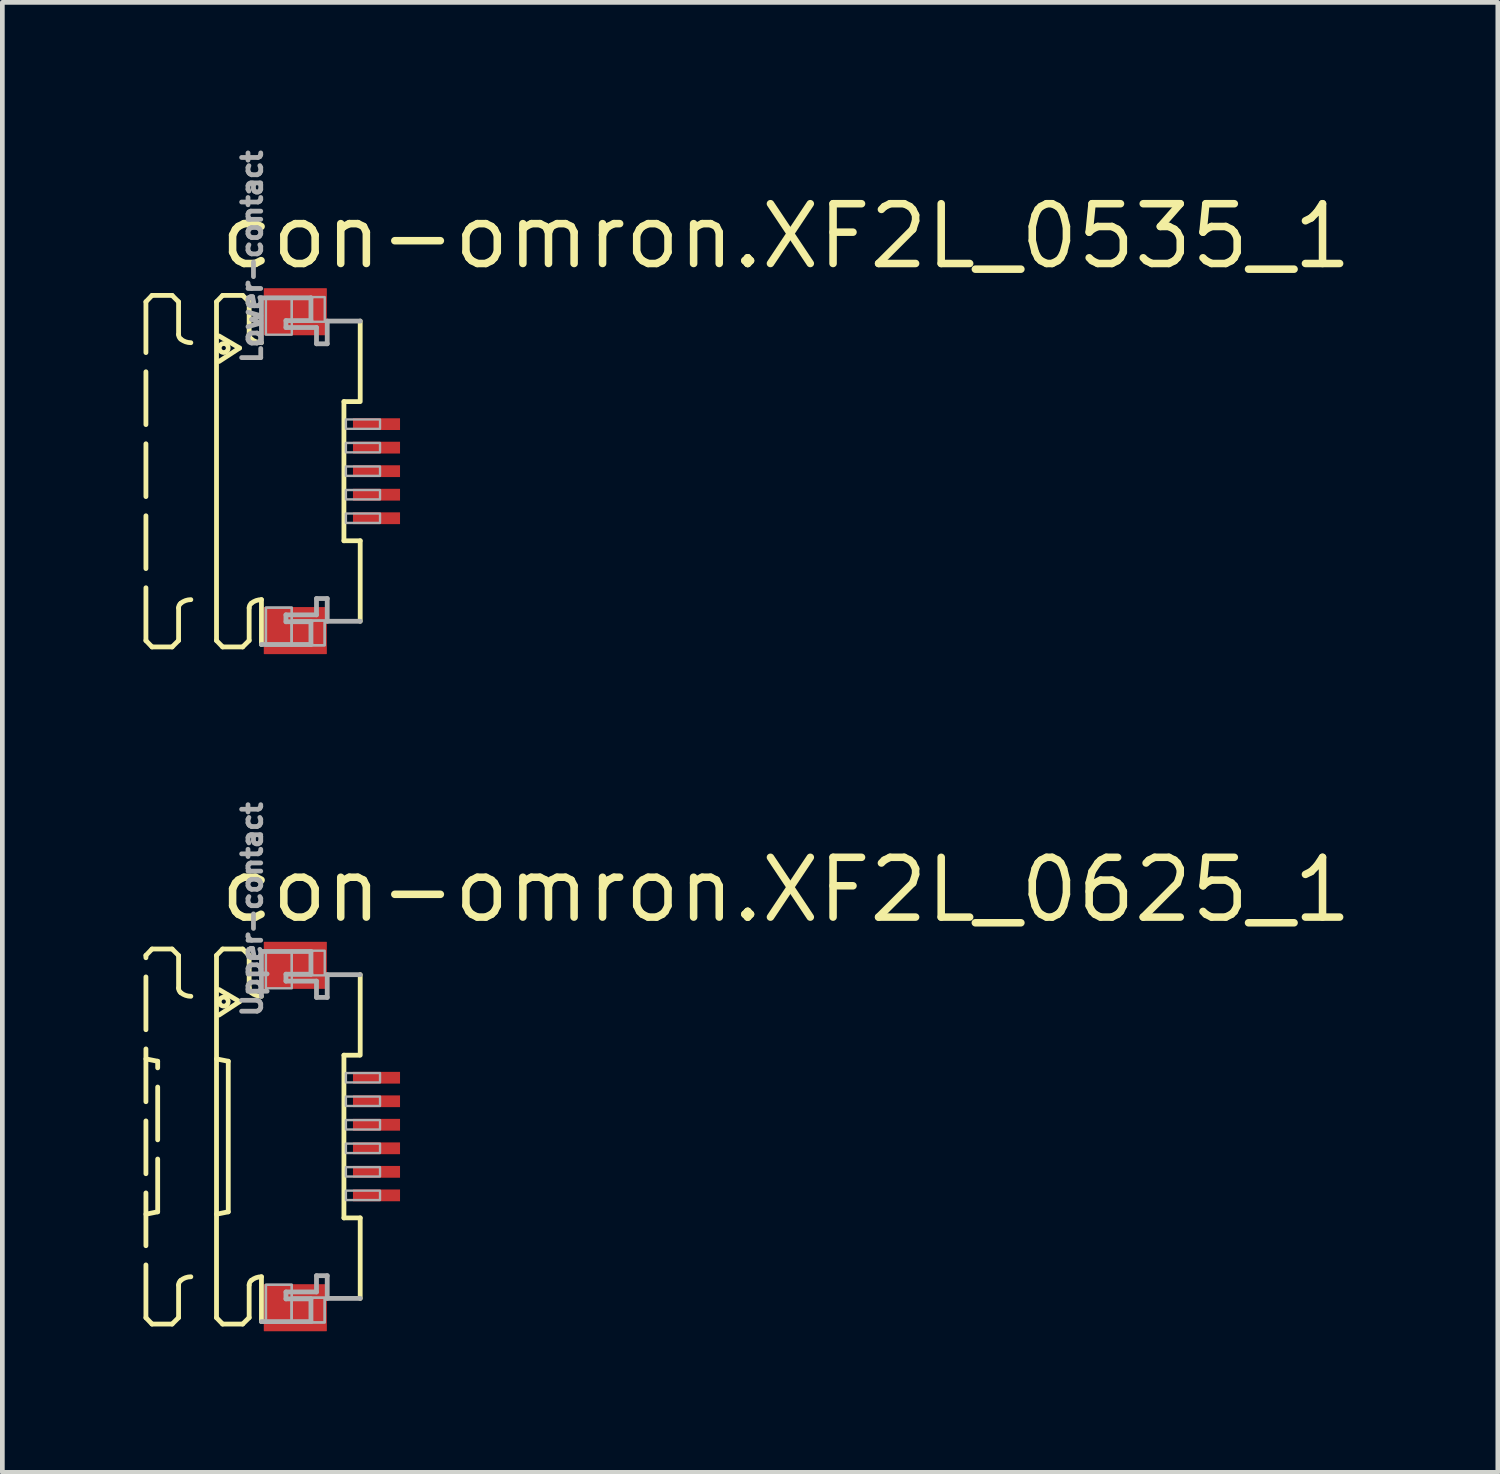
<source format=kicad_pcb>
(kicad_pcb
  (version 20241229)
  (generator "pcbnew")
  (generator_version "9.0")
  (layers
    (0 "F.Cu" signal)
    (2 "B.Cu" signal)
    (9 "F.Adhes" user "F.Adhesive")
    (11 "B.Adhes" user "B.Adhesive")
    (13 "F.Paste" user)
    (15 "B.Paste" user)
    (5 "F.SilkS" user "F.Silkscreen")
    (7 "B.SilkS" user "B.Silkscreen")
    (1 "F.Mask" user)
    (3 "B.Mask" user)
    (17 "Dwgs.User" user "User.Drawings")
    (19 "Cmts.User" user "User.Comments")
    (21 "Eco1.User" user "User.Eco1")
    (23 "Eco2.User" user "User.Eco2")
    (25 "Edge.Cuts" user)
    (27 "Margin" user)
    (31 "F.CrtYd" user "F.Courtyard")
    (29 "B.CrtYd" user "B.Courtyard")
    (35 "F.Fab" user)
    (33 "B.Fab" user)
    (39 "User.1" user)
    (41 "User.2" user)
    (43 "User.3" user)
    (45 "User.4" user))
  (footprint "con-omron.XF2L_0625_1"
    (layer "F.Cu")
    (at 3.046 21.103)
    (property "Reference" "con-omron.XF2L_0625_1" (at -1.5 -4.5 0) (layer "F.SilkS") (effects (font (size 1.27 1.27) (thickness 0.16)) (justify left bottom)))
    (attr smd)
    (fp_rect (start 1.355 -1.075) (end 2.455 -1.425) (stroke (width 0.05) (type default)) (fill yes) (layer "F.Mask"))
    (fp_rect (start 1.355 -0.575) (end 2.455 -0.925) (stroke (width 0.05) (type default)) (fill yes) (layer "F.Mask"))
    (fp_rect (start 1.355 -0.075) (end 2.455 -0.425) (stroke (width 0.05) (type default)) (fill yes) (layer "F.Mask"))
    (fp_rect (start 1.355 0.425) (end 2.455 0.075) (stroke (width 0.05) (type default)) (fill yes) (layer "F.Mask"))
    (fp_rect (start 1.355 0.925) (end 2.455 0.575) (stroke (width 0.05) (type default)) (fill yes) (layer "F.Mask"))
    (fp_rect (start 1.355 1.425) (end 2.455 1.075) (stroke (width 0.05) (type default)) (fill yes) (layer "F.Mask"))
    (fp_line (start -2.995 -3.85) (end -2.865 -3.985) (stroke (width 0.102) (type default)) (layer "F.SilkS"))
    (fp_line (start -2.995 -1.65) (end -2.745 -1.6) (stroke (width 0.102) (type default)) (layer "F.SilkS"))
    (fp_line (start -2.995 3.85) (end -2.995 -3.85) (stroke (width 0.102) (type dash)) (layer "F.SilkS"))
    (fp_line (start -2.995 3.85) (end -2.865 3.985) (stroke (width 0.102) (type default)) (layer "F.SilkS"))
    (fp_line (start -2.865 -3.985) (end -2.438 -3.985) (stroke (width 0.102) (type dash)) (layer "F.SilkS"))
    (fp_line (start -2.865 3.985) (end -2.438 3.985) (stroke (width 0.102) (type dash)) (layer "F.SilkS"))
    (fp_line (start -2.745 1.6) (end -2.995 1.65) (stroke (width 0.102) (type default)) (layer "F.SilkS"))
    (fp_line (start -2.745 1.6) (end -2.745 -1.6) (stroke (width 0.102) (type dash)) (layer "F.SilkS"))
    (fp_line (start -2.438 -3.985) (end -2.301 -3.848) (stroke (width 0.102) (type default)) (layer "F.SilkS"))
    (fp_line (start -2.438 3.985) (end -2.301 3.848) (stroke (width 0.102) (type default)) (layer "F.SilkS"))
    (fp_line (start -2.301 -3.848) (end -2.301 -3.156) (stroke (width 0.102) (type dash)) (layer "F.SilkS"))
    (fp_line (start -2.301 3.848) (end -2.301 3.156) (stroke (width 0.102) (type dash)) (layer "F.SilkS"))
    (fp_line (start -1.495 -3.85) (end -1.365 -3.985) (stroke (width 0.102) (type default)) (layer "F.SilkS"))
    (fp_line (start -1.495 -1.65) (end -1.245 -1.6) (stroke (width 0.102) (type default)) (layer "F.SilkS"))
    (fp_line (start -1.495 3.85) (end -1.495 -3.85) (stroke (width 0.102) (type default)) (layer "F.SilkS"))
    (fp_line (start -1.495 3.85) (end -1.365 3.985) (stroke (width 0.102) (type default)) (layer "F.SilkS"))
    (fp_line (start -1.441 -3.123) (end -1.005 -2.867) (stroke (width 0.102) (type default)) (layer "F.SilkS"))
    (fp_line (start -1.365 -3.985) (end -0.939 -3.985) (stroke (width 0.102) (type default)) (layer "F.SilkS"))
    (fp_line (start -1.365 3.985) (end -0.939 3.985) (stroke (width 0.102) (type default)) (layer "F.SilkS"))
    (fp_line (start -1.245 1.6) (end -1.495 1.65) (stroke (width 0.102) (type default)) (layer "F.SilkS"))
    (fp_line (start -1.245 1.6) (end -1.245 -1.6) (stroke (width 0.102) (type default)) (layer "F.SilkS"))
    (fp_line (start -1.005 -2.867) (end -1.441 -2.582) (stroke (width 0.102) (type default)) (layer "F.SilkS"))
    (fp_line (start -0.939 -3.985) (end -0.801 -3.848) (stroke (width 0.102) (type default)) (layer "F.SilkS"))
    (fp_line (start -0.939 3.985) (end -0.801 3.848) (stroke (width 0.102) (type default)) (layer "F.SilkS"))
    (fp_line (start -0.801 -3.848) (end -0.801 -3.156) (stroke (width 0.102) (type default)) (layer "F.SilkS"))
    (fp_line (start -0.801 3.848) (end -0.801 3.156) (stroke (width 0.102) (type default)) (layer "F.SilkS"))
    (fp_line (start -0.54 2.98) (end -0.54 3.933) (stroke (width 0.102) (type default)) (layer "F.SilkS"))
    (fp_line (start 1.213 1.729) (end 1.213 -1.729) (stroke (width 0.102) (type default)) (layer "F.SilkS"))
    (fp_line (start 1.538 -1.729) (end 1.213 -1.729) (stroke (width 0.102) (type default)) (layer "F.SilkS"))
    (fp_line (start 1.559 -3.44) (end 1.559 -1.729) (stroke (width 0.102) (type default)) (layer "F.SilkS"))
    (fp_line (start 1.559 1.729) (end 1.213 1.729) (stroke (width 0.102) (type default)) (layer "F.SilkS"))
    (fp_line (start 1.559 3.44) (end 1.559 1.729) (stroke (width 0.102) (type default)) (layer "F.SilkS"))
    (fp_arc (start -2.301 3.1557) (mid -2.288538 3.100596) (end -2.2536 3.0562) (stroke (width 0.1016) (type default)) (layer "F.SilkS"))
    (fp_arc (start -2.2536 -3.0562) (mid -2.288538 -3.100596) (end -2.301 -3.1557) (stroke (width 0.1016) (type default)) (layer "F.SilkS"))
    (fp_arc (start -2.2536 3.0562) (mid -2.153476 2.999936) (end -2.0403 2.9804) (stroke (width 0.1016) (type default)) (layer "F.SilkS"))
    (fp_arc (start -2.0403 -2.9804) (mid -2.153476 -2.999936) (end -2.2536 -3.0562) (stroke (width 0.1016) (type default)) (layer "F.SilkS"))
    (fp_arc (start -0.801 3.1557) (mid -0.788538 3.100596) (end -0.7536 3.0562) (stroke (width 0.1016) (type default)) (layer "F.SilkS"))
    (fp_arc (start -0.7536 -3.0562) (mid -0.788538 -3.100596) (end -0.801 -3.1557) (stroke (width 0.1016) (type default)) (layer "F.SilkS"))
    (fp_arc (start -0.7536 3.0562) (mid -0.653476 2.999936) (end -0.5403 2.9804) (stroke (width 0.1016) (type default)) (layer "F.SilkS"))
    (fp_arc (start -0.5403 -2.9804) (mid -0.653476 -2.999936) (end -0.7536 -3.0562) (stroke (width 0.1016) (type default)) (layer "F.SilkS"))
    (fp_circle (center -1.341 -2.867) (end -1.246 -2.867) (stroke (width 0.1) (type default)) (fill no) (layer "F.SilkS"))
    (fp_line (start -0.54 -3.933) (end 0.512 -3.933) (stroke (width 0.102) (type default)) (layer "F.Fab"))
    (fp_line (start -0.54 -2.98) (end -0.54 -3.933) (stroke (width 0.102) (type default)) (layer "F.Fab"))
    (fp_line (start -0.54 3.933) (end 0.512 3.933) (stroke (width 0.102) (type default)) (layer "F.Fab"))
    (fp_line (start -0.019 -3.45) (end -0.019 -3.303) (stroke (width 0.102) (type default)) (layer "F.Fab"))
    (fp_line (start -0.019 -3.303) (end 0.63 -3.303) (stroke (width 0.102) (type default)) (layer "F.Fab"))
    (fp_line (start -0.019 3.303) (end 0.63 3.303) (stroke (width 0.102) (type default)) (layer "F.Fab"))
    (fp_line (start -0.019 3.45) (end -0.019 3.303) (stroke (width 0.102) (type default)) (layer "F.Fab"))
    (fp_line (start 0.512 -3.933) (end 0.512 -3.45) (stroke (width 0.102) (type default)) (layer "F.Fab"))
    (fp_line (start 0.512 -3.45) (end -0.019 -3.45) (stroke (width 0.102) (type default)) (layer "F.Fab"))
    (fp_line (start 0.512 3.45) (end -0.019 3.45) (stroke (width 0.102) (type default)) (layer "F.Fab"))
    (fp_line (start 0.512 3.933) (end 0.512 3.45) (stroke (width 0.102) (type default)) (layer "F.Fab"))
    (fp_line (start 0.63 -3.303) (end 0.63 -2.957) (stroke (width 0.102) (type default)) (layer "F.Fab"))
    (fp_line (start 0.63 -2.957) (end 0.858 -2.957) (stroke (width 0.102) (type default)) (layer "F.Fab"))
    (fp_line (start 0.63 2.957) (end 0.858 2.957) (stroke (width 0.102) (type default)) (layer "F.Fab"))
    (fp_line (start 0.63 3.303) (end 0.63 2.957) (stroke (width 0.102) (type default)) (layer "F.Fab"))
    (fp_line (start 0.858 -3.44) (end 1.559 -3.44) (stroke (width 0.102) (type default)) (layer "F.Fab"))
    (fp_line (start 0.858 -2.957) (end 0.858 -3.44) (stroke (width 0.102) (type default)) (layer "F.Fab"))
    (fp_line (start 0.858 2.957) (end 0.858 3.44) (stroke (width 0.102) (type default)) (layer "F.Fab"))
    (fp_line (start 0.858 3.44) (end 1.559 3.44) (stroke (width 0.102) (type default)) (layer "F.Fab"))
    (fp_rect (start -0.445 -3.15) (end 0.105 -3.95) (stroke (width 0.05) (type default)) (fill no) (layer "F.Fab"))
    (fp_rect (start -0.445 3.95) (end 0.105 3.15) (stroke (width 0.05) (type default)) (fill no) (layer "F.Fab"))
    (fp_rect (start -0.445 3.95) (end 0.105 3.15) (stroke (width 0.05) (type default)) (fill no) (layer "F.Fab"))
    (fp_rect (start 0.105 -3.425) (end 0.805 -3.95) (stroke (width 0.05) (type default)) (fill no) (layer "F.Fab"))
    (fp_rect (start 0.105 3.95) (end 0.805 3.425) (stroke (width 0.05) (type default)) (fill no) (layer "F.Fab"))
    (fp_rect (start 0.105 3.95) (end 0.805 3.425) (stroke (width 0.05) (type default)) (fill no) (layer "F.Fab"))
    (fp_rect (start 1.255 -1.15) (end 1.98 -1.35) (stroke (width 0.05) (type default)) (fill no) (layer "F.Fab"))
    (fp_rect (start 1.255 -0.65) (end 1.98 -0.85) (stroke (width 0.05) (type default)) (fill no) (layer "F.Fab"))
    (fp_rect (start 1.255 -0.15) (end 1.98 -0.35) (stroke (width 0.05) (type default)) (fill no) (layer "F.Fab"))
    (fp_rect (start 1.255 0.35) (end 1.98 0.15) (stroke (width 0.05) (type default)) (fill no) (layer "F.Fab"))
    (fp_rect (start 1.255 0.85) (end 1.98 0.65) (stroke (width 0.05) (type default)) (fill no) (layer "F.Fab"))
    (fp_rect (start 1.255 1.35) (end 1.98 1.15) (stroke (width 0.05) (type default)) (fill no) (layer "F.Fab"))
    (fp_text user "Upper-contact" (at -0.5 -2.5 270) (layer "F.Fab") (effects (font (size 0.406 0.406) (thickness 0.15)) (justify left bottom)))
    (pad "1" smd roundrect (at 1.905 -1.25) (size 1 0.25) (layers "F.Cu" "F.Mask" "F.Paste") (roundrect_rratio 0.01))
    (pad "2" smd roundrect (at 1.905 -0.75) (size 1 0.25) (layers "F.Cu" "F.Mask" "F.Paste") (roundrect_rratio 0.01))
    (pad "3" smd roundrect (at 1.905 -0.25) (size 1 0.25) (layers "F.Cu" "F.Mask" "F.Paste") (roundrect_rratio 0.01))
    (pad "4" smd roundrect (at 1.905 0.25) (size 1 0.25) (layers "F.Cu" "F.Mask" "F.Paste") (roundrect_rratio 0.01))
    (pad "5" smd roundrect (at 1.905 0.75) (size 1 0.25) (layers "F.Cu" "F.Mask" "F.Paste") (roundrect_rratio 0.01))
    (pad "6" smd roundrect (at 1.905 1.25) (size 1 0.25) (layers "F.Cu" "F.Mask" "F.Paste") (roundrect_rratio 0.01))
    (pad "M1" smd roundrect (at 0.18 -3.638) (size 1.34 1) (layers "F.Cu" "F.Mask" "F.Paste") (roundrect_rratio 0.01))
    (pad "M2" smd roundrect (at 0.18 3.638) (size 1.34 1) (layers "F.Cu" "F.Mask" "F.Paste") (roundrect_rratio 0.01)))
  (footprint "con-omron.XF2L_0535_1"
    (layer "F.Cu")
    (at 3.046 6.963)
    (property "Reference" "con-omron.XF2L_0535_1" (at -1.5 -4.25 0) (layer "F.SilkS") (effects (font (size 1.27 1.27) (thickness 0.16)) (justify left bottom)))
    (attr smd)
    (fp_rect (start 1.355 -0.825) (end 2.455 -1.175) (stroke (width 0.05) (type default)) (fill yes) (layer "F.Mask"))
    (fp_rect (start 1.355 -0.325) (end 2.455 -0.675) (stroke (width 0.05) (type default)) (fill yes) (layer "F.Mask"))
    (fp_rect (start 1.355 0.175) (end 2.455 -0.175) (stroke (width 0.05) (type default)) (fill yes) (layer "F.Mask"))
    (fp_rect (start 1.355 0.675) (end 2.455 0.325) (stroke (width 0.05) (type default)) (fill yes) (layer "F.Mask"))
    (fp_rect (start 1.355 1.175) (end 2.455 0.825) (stroke (width 0.05) (type default)) (fill yes) (layer "F.Mask"))
    (fp_line (start -2.995 -3.6) (end -2.865 -3.735) (stroke (width 0.102) (type default)) (layer "F.SilkS"))
    (fp_line (start -2.995 3.6) (end -2.995 -3.6) (stroke (width 0.102) (type dash)) (layer "F.SilkS"))
    (fp_line (start -2.995 3.6) (end -2.865 3.735) (stroke (width 0.102) (type default)) (layer "F.SilkS"))
    (fp_line (start -2.865 -3.735) (end -2.438 -3.735) (stroke (width 0.102) (type dash)) (layer "F.SilkS"))
    (fp_line (start -2.865 3.735) (end -2.438 3.735) (stroke (width 0.102) (type dash)) (layer "F.SilkS"))
    (fp_line (start -2.438 -3.735) (end -2.301 -3.598) (stroke (width 0.102) (type default)) (layer "F.SilkS"))
    (fp_line (start -2.438 3.735) (end -2.301 3.598) (stroke (width 0.102) (type default)) (layer "F.SilkS"))
    (fp_line (start -2.301 -3.598) (end -2.301 -2.906) (stroke (width 0.102) (type dash)) (layer "F.SilkS"))
    (fp_line (start -2.301 3.598) (end -2.301 2.906) (stroke (width 0.102) (type dash)) (layer "F.SilkS"))
    (fp_line (start -1.495 -3.6) (end -1.365 -3.735) (stroke (width 0.102) (type default)) (layer "F.SilkS"))
    (fp_line (start -1.495 3.6) (end -1.495 -3.6) (stroke (width 0.102) (type default)) (layer "F.SilkS"))
    (fp_line (start -1.495 3.6) (end -1.365 3.735) (stroke (width 0.102) (type default)) (layer "F.SilkS"))
    (fp_line (start -1.441 -2.873) (end -1.005 -2.617) (stroke (width 0.102) (type default)) (layer "F.SilkS"))
    (fp_line (start -1.365 -3.735) (end -0.939 -3.735) (stroke (width 0.102) (type default)) (layer "F.SilkS"))
    (fp_line (start -1.365 3.735) (end -0.939 3.735) (stroke (width 0.102) (type default)) (layer "F.SilkS"))
    (fp_line (start -1.005 -2.617) (end -1.441 -2.332) (stroke (width 0.102) (type default)) (layer "F.SilkS"))
    (fp_line (start -0.939 -3.735) (end -0.801 -3.598) (stroke (width 0.102) (type default)) (layer "F.SilkS"))
    (fp_line (start -0.939 3.735) (end -0.801 3.598) (stroke (width 0.102) (type default)) (layer "F.SilkS"))
    (fp_line (start -0.801 -3.598) (end -0.801 -2.906) (stroke (width 0.102) (type default)) (layer "F.SilkS"))
    (fp_line (start -0.801 3.598) (end -0.801 2.906) (stroke (width 0.102) (type default)) (layer "F.SilkS"))
    (fp_line (start -0.54 2.73) (end -0.54 3.683) (stroke (width 0.102) (type default)) (layer "F.SilkS"))
    (fp_line (start 1.213 1.479) (end 1.213 -1.479) (stroke (width 0.102) (type default)) (layer "F.SilkS"))
    (fp_line (start 1.538 -1.479) (end 1.213 -1.479) (stroke (width 0.102) (type default)) (layer "F.SilkS"))
    (fp_line (start 1.559 -3.19) (end 1.559 -1.479) (stroke (width 0.102) (type default)) (layer "F.SilkS"))
    (fp_line (start 1.559 1.479) (end 1.213 1.479) (stroke (width 0.102) (type default)) (layer "F.SilkS"))
    (fp_line (start 1.559 3.19) (end 1.559 1.479) (stroke (width 0.102) (type default)) (layer "F.SilkS"))
    (fp_arc (start -2.301 2.9057) (mid -2.288538 2.850596) (end -2.2536 2.8062) (stroke (width 0.1016) (type default)) (layer "F.SilkS"))
    (fp_arc (start -2.2536 -2.8062) (mid -2.288538 -2.850596) (end -2.301 -2.9057) (stroke (width 0.1016) (type default)) (layer "F.SilkS"))
    (fp_arc (start -2.2536 2.8062) (mid -2.153476 2.749936) (end -2.0403 2.7304) (stroke (width 0.1016) (type default)) (layer "F.SilkS"))
    (fp_arc (start -2.0403 -2.7304) (mid -2.153476 -2.749936) (end -2.2536 -2.8062) (stroke (width 0.1016) (type default)) (layer "F.SilkS"))
    (fp_arc (start -0.801 2.9057) (mid -0.788538 2.850596) (end -0.7536 2.8062) (stroke (width 0.1016) (type default)) (layer "F.SilkS"))
    (fp_arc (start -0.7536 -2.8062) (mid -0.788538 -2.850596) (end -0.801 -2.9057) (stroke (width 0.1016) (type default)) (layer "F.SilkS"))
    (fp_arc (start -0.7536 2.8062) (mid -0.653476 2.749936) (end -0.5403 2.7304) (stroke (width 0.1016) (type default)) (layer "F.SilkS"))
    (fp_arc (start -0.5403 -2.7304) (mid -0.653476 -2.749936) (end -0.7536 -2.8062) (stroke (width 0.1016) (type default)) (layer "F.SilkS"))
    (fp_circle (center -1.341 -2.617) (end -1.246 -2.617) (stroke (width 0.1) (type default)) (fill no) (layer "F.SilkS"))
    (fp_line (start -0.54 -3.683) (end 0.512 -3.683) (stroke (width 0.102) (type default)) (layer "F.Fab"))
    (fp_line (start -0.54 -2.73) (end -0.54 -3.683) (stroke (width 0.102) (type default)) (layer "F.Fab"))
    (fp_line (start -0.54 3.683) (end 0.512 3.683) (stroke (width 0.102) (type default)) (layer "F.Fab"))
    (fp_line (start -0.019 -3.2) (end -0.019 -3.053) (stroke (width 0.102) (type default)) (layer "F.Fab"))
    (fp_line (start -0.019 -3.053) (end 0.63 -3.053) (stroke (width 0.102) (type default)) (layer "F.Fab"))
    (fp_line (start -0.019 3.053) (end 0.63 3.053) (stroke (width 0.102) (type default)) (layer "F.Fab"))
    (fp_line (start -0.019 3.2) (end -0.019 3.053) (stroke (width 0.102) (type default)) (layer "F.Fab"))
    (fp_line (start 0.512 -3.683) (end 0.512 -3.2) (stroke (width 0.102) (type default)) (layer "F.Fab"))
    (fp_line (start 0.512 -3.2) (end -0.019 -3.2) (stroke (width 0.102) (type default)) (layer "F.Fab"))
    (fp_line (start 0.512 3.2) (end -0.019 3.2) (stroke (width 0.102) (type default)) (layer "F.Fab"))
    (fp_line (start 0.512 3.683) (end 0.512 3.2) (stroke (width 0.102) (type default)) (layer "F.Fab"))
    (fp_line (start 0.63 -3.053) (end 0.63 -2.707) (stroke (width 0.102) (type default)) (layer "F.Fab"))
    (fp_line (start 0.63 -2.707) (end 0.858 -2.707) (stroke (width 0.102) (type default)) (layer "F.Fab"))
    (fp_line (start 0.63 2.707) (end 0.858 2.707) (stroke (width 0.102) (type default)) (layer "F.Fab"))
    (fp_line (start 0.63 3.053) (end 0.63 2.707) (stroke (width 0.102) (type default)) (layer "F.Fab"))
    (fp_line (start 0.858 -3.19) (end 1.559 -3.19) (stroke (width 0.102) (type default)) (layer "F.Fab"))
    (fp_line (start 0.858 -2.707) (end 0.858 -3.19) (stroke (width 0.102) (type default)) (layer "F.Fab"))
    (fp_line (start 0.858 2.707) (end 0.858 3.19) (stroke (width 0.102) (type default)) (layer "F.Fab"))
    (fp_line (start 0.858 3.19) (end 1.559 3.19) (stroke (width 0.102) (type default)) (layer "F.Fab"))
    (fp_rect (start -0.445 -2.9) (end 0.105 -3.7) (stroke (width 0.05) (type default)) (fill no) (layer "F.Fab"))
    (fp_rect (start -0.445 3.7) (end 0.105 2.9) (stroke (width 0.05) (type default)) (fill no) (layer "F.Fab"))
    (fp_rect (start -0.445 3.7) (end 0.105 2.9) (stroke (width 0.05) (type default)) (fill no) (layer "F.Fab"))
    (fp_rect (start 0.105 -3.175) (end 0.805 -3.7) (stroke (width 0.05) (type default)) (fill no) (layer "F.Fab"))
    (fp_rect (start 0.105 3.7) (end 0.805 3.175) (stroke (width 0.05) (type default)) (fill no) (layer "F.Fab"))
    (fp_rect (start 0.105 3.7) (end 0.805 3.175) (stroke (width 0.05) (type default)) (fill no) (layer "F.Fab"))
    (fp_rect (start 1.255 -0.9) (end 1.98 -1.1) (stroke (width 0.05) (type default)) (fill no) (layer "F.Fab"))
    (fp_rect (start 1.255 -0.4) (end 1.98 -0.6) (stroke (width 0.05) (type default)) (fill no) (layer "F.Fab"))
    (fp_rect (start 1.255 0.1) (end 1.98 -0.1) (stroke (width 0.05) (type default)) (fill no) (layer "F.Fab"))
    (fp_rect (start 1.255 0.6) (end 1.98 0.4) (stroke (width 0.05) (type default)) (fill no) (layer "F.Fab"))
    (fp_rect (start 1.255 1.1) (end 1.98 0.9) (stroke (width 0.05) (type default)) (fill no) (layer "F.Fab"))
    (fp_text user "Lower-contact" (at -0.5 -2.25 270) (layer "F.Fab") (effects (font (size 0.406 0.406) (thickness 0.15)) (justify left bottom)))
    (pad "1" smd roundrect (at 1.905 -1) (size 1 0.25) (layers "F.Cu" "F.Mask" "F.Paste") (roundrect_rratio 0.01))
    (pad "2" smd roundrect (at 1.905 -0.5) (size 1 0.25) (layers "F.Cu" "F.Mask" "F.Paste") (roundrect_rratio 0.01))
    (pad "3" smd roundrect (at 1.905 0) (size 1 0.25) (layers "F.Cu" "F.Mask" "F.Paste") (roundrect_rratio 0.01))
    (pad "4" smd roundrect (at 1.905 0.5) (size 1 0.25) (layers "F.Cu" "F.Mask" "F.Paste") (roundrect_rratio 0.01))
    (pad "5" smd roundrect (at 1.905 1) (size 1 0.25) (layers "F.Cu" "F.Mask" "F.Paste") (roundrect_rratio 0.01))
    (pad "M1" smd roundrect (at 0.18 -3.388) (size 1.34 1) (layers "F.Cu" "F.Mask" "F.Paste") (roundrect_rratio 0.01))
    (pad "M2" smd roundrect (at 0.18 3.388) (size 1.34 1) (layers "F.Cu" "F.Mask" "F.Paste") (roundrect_rratio 0.01)))
  (gr_rect
    (start -3 -3)
    (end 28.781 28.24)
    (stroke (width 0.1) (type default))
    (fill no)
    (layer "Edge.Cuts")))
</source>
